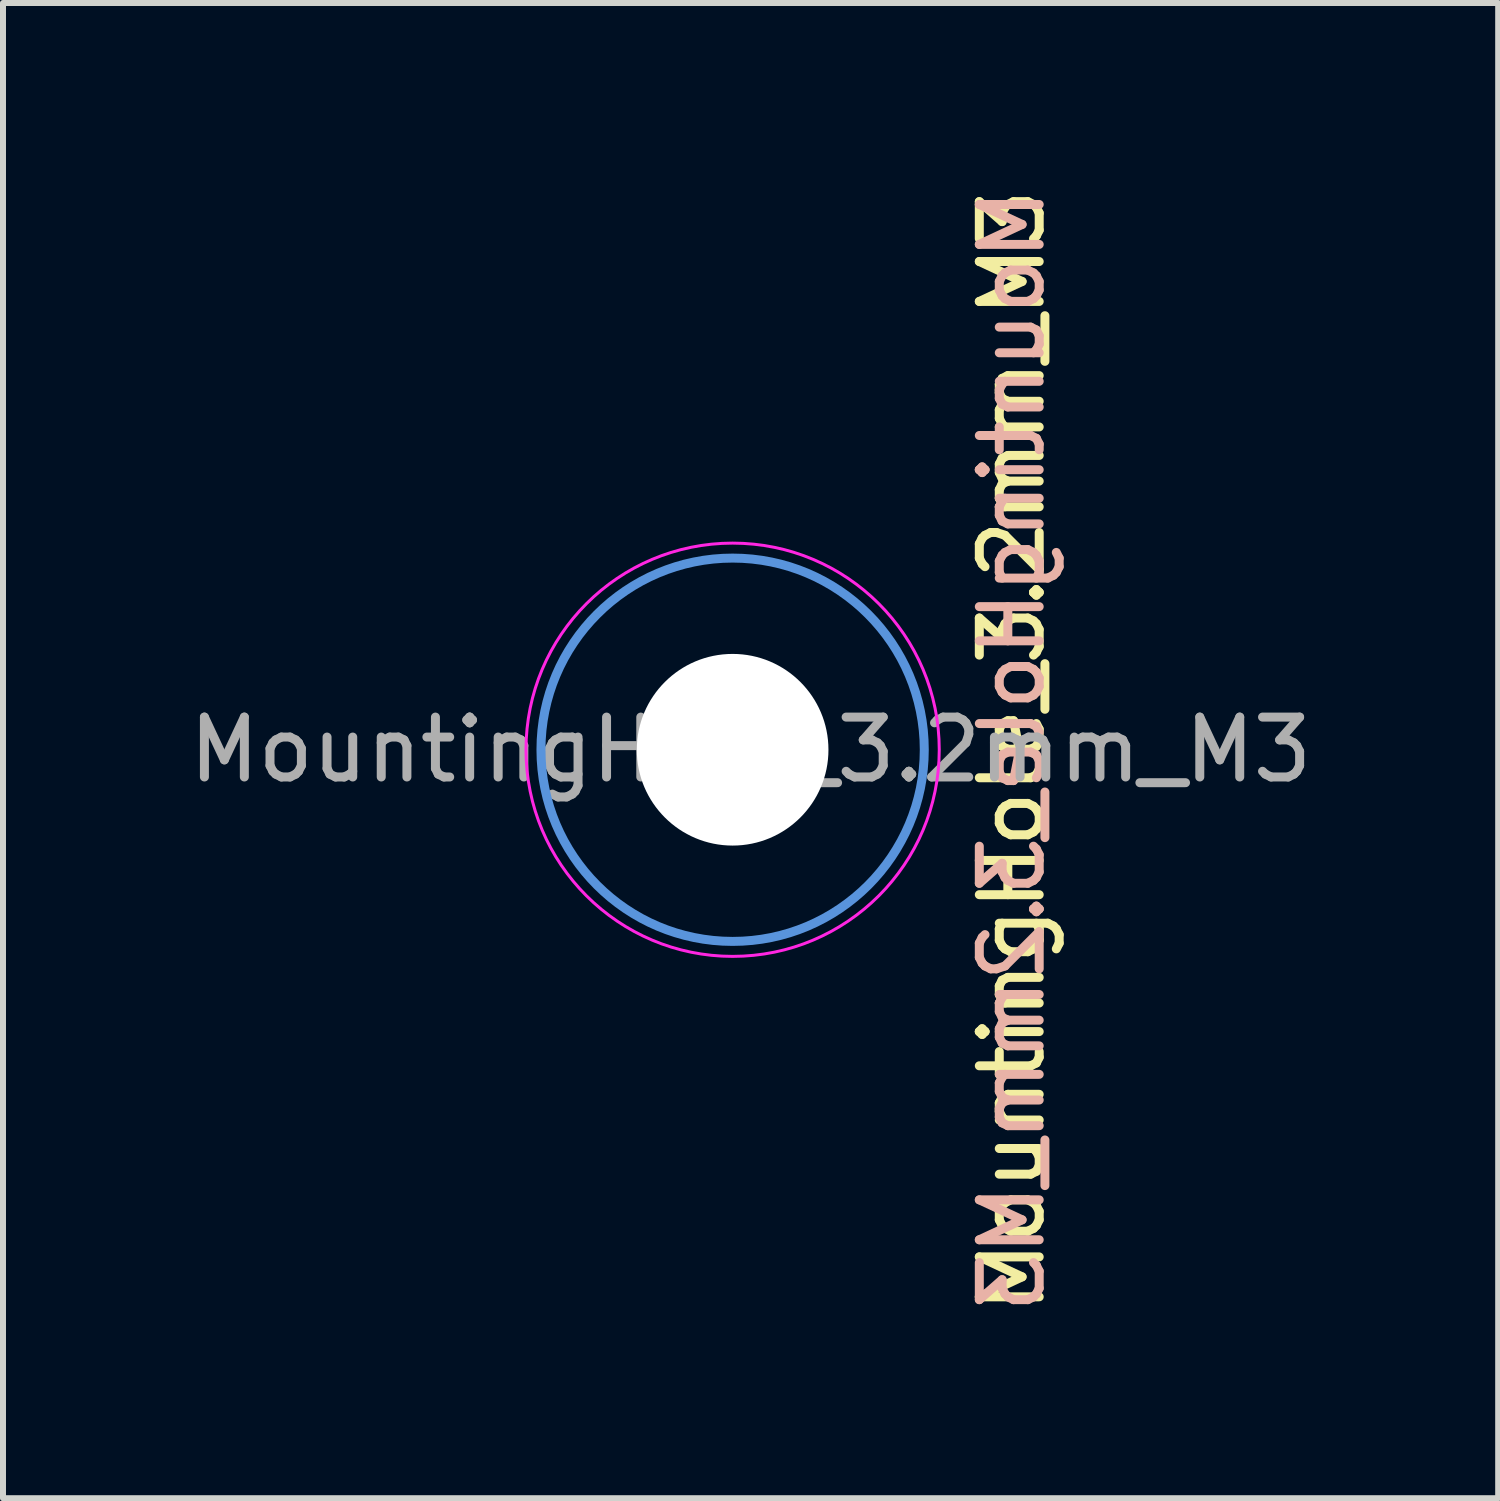
<source format=kicad_pcb>
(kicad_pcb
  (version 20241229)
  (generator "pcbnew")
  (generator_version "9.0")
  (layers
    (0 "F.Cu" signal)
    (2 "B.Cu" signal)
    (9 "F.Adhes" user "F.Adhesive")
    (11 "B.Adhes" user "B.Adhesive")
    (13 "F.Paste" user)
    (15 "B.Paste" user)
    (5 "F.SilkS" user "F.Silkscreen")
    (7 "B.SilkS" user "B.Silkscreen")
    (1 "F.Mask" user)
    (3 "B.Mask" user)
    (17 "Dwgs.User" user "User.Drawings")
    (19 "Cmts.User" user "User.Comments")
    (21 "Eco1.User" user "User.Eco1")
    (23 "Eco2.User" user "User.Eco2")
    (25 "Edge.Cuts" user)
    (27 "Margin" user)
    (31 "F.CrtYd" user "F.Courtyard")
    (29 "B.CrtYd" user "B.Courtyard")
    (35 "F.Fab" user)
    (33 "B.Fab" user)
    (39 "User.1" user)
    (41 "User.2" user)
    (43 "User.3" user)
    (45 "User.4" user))
  (footprint "MountingHole_3.2mm_M3"
    (layer "F.Cu")
    (at 9.182 9.468)
    (property "Reference" "MountingHole_3.2mm_M3" (at 4.664 0.015 90) (layer "F.SilkS") (effects (font (size 1 1) (thickness 0.15))))
    (attr exclude_from_pos_files exclude_from_bom)
    (fp_circle (center 0 0) (end 3.2 0) (stroke (width 0.15) (type solid)) (fill no) (layer "Cmts.User"))
    (fp_circle (center 0 0) (end 3.45 0) (stroke (width 0.05) (type solid)) (fill no) (layer "F.CrtYd"))
    (fp_text user "${REFERENCE}" (at 4.664 0.015 90) (layer "B.SilkS") (effects (font (size 1 1) (thickness 0.15)) (justify mirror)))
    (fp_text user "${REFERENCE}" (at 0.3 0 0) (layer "F.Fab") (effects (font (size 1 1) (thickness 0.15))))
    (pad "" np_thru_hole circle (at 0 0) (size 3.2 3.2) (drill 3.2) (layers "*.Cu" "*.Mask")))
  (gr_rect
    (start -3 -3)
    (end 21.964 21.964)
    (stroke (width 0.1) (type default))
    (fill no)
    (layer "Edge.Cuts")))
</source>
